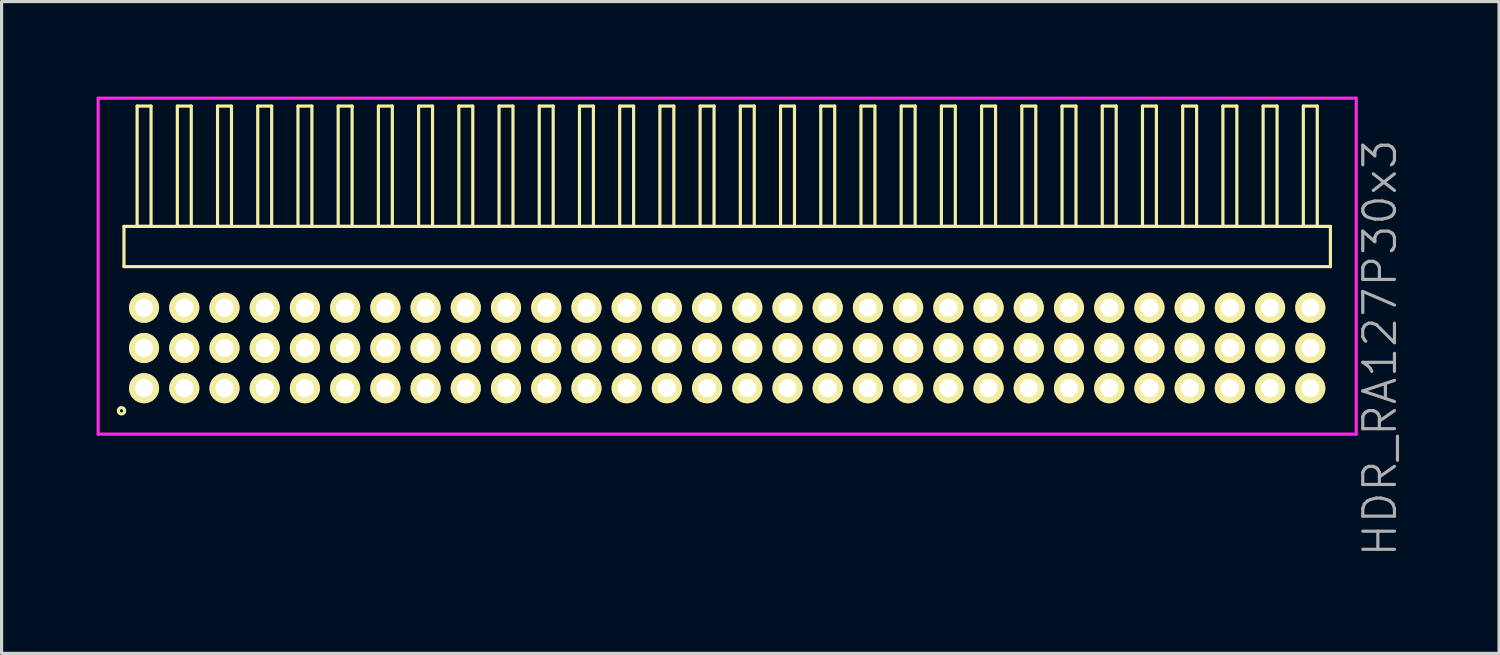
<source format=kicad_pcb>
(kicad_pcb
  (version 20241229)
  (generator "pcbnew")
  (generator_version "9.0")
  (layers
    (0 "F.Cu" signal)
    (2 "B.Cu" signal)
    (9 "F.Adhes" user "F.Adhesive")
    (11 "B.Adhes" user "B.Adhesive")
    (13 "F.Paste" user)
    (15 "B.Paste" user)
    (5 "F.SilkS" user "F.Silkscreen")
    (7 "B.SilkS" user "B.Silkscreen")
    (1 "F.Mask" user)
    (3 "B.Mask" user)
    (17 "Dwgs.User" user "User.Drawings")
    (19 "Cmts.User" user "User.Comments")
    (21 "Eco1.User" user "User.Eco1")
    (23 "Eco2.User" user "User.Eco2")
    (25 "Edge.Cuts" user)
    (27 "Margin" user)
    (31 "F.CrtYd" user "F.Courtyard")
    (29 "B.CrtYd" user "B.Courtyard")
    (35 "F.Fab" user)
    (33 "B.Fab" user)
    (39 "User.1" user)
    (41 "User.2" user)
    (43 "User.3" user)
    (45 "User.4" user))
  (footprint "HDR_RA127P30x3"
    (layer "F.Cu")
    (at 19.915 7.94)
    (property "Reference" "HDR_RA127P30x3" (at 20.615 0 90) (layer "F.Fab") (effects (font (size 1 1) (thickness 0.1))))
    (attr through_hole)
    (fp_line (start -19.05 -3.84) (end -19.05 -2.57) (stroke (width 0.1) (type solid)) (layer "F.SilkS"))
    (fp_line (start -19.05 -2.57) (end 19.05 -2.57) (stroke (width 0.1) (type solid)) (layer "F.SilkS"))
    (fp_line (start -18.635 -7.64) (end -18.635 -3.84) (stroke (width 0.1) (type solid)) (layer "F.SilkS"))
    (fp_line (start -18.635 -3.84) (end -18.195 -3.84) (stroke (width 0.1) (type solid)) (layer "F.SilkS"))
    (fp_line (start -18.195 -7.64) (end -18.635 -7.64) (stroke (width 0.1) (type solid)) (layer "F.SilkS"))
    (fp_line (start -18.195 -3.84) (end -18.195 -7.64) (stroke (width 0.1) (type solid)) (layer "F.SilkS"))
    (fp_line (start -17.365 -7.64) (end -17.365 -3.84) (stroke (width 0.1) (type solid)) (layer "F.SilkS"))
    (fp_line (start -17.365 -3.84) (end -16.925 -3.84) (stroke (width 0.1) (type solid)) (layer "F.SilkS"))
    (fp_line (start -16.925 -7.64) (end -17.365 -7.64) (stroke (width 0.1) (type solid)) (layer "F.SilkS"))
    (fp_line (start -16.925 -3.84) (end -16.925 -7.64) (stroke (width 0.1) (type solid)) (layer "F.SilkS"))
    (fp_line (start -16.095 -7.64) (end -16.095 -3.84) (stroke (width 0.1) (type solid)) (layer "F.SilkS"))
    (fp_line (start -16.095 -3.84) (end -15.655 -3.84) (stroke (width 0.1) (type solid)) (layer "F.SilkS"))
    (fp_line (start -15.655 -7.64) (end -16.095 -7.64) (stroke (width 0.1) (type solid)) (layer "F.SilkS"))
    (fp_line (start -15.655 -3.84) (end -15.655 -7.64) (stroke (width 0.1) (type solid)) (layer "F.SilkS"))
    (fp_line (start -14.825 -7.64) (end -14.825 -3.84) (stroke (width 0.1) (type solid)) (layer "F.SilkS"))
    (fp_line (start -14.825 -3.84) (end -14.385 -3.84) (stroke (width 0.1) (type solid)) (layer "F.SilkS"))
    (fp_line (start -14.385 -7.64) (end -14.825 -7.64) (stroke (width 0.1) (type solid)) (layer "F.SilkS"))
    (fp_line (start -14.385 -3.84) (end -14.385 -7.64) (stroke (width 0.1) (type solid)) (layer "F.SilkS"))
    (fp_line (start -13.555 -7.64) (end -13.555 -3.84) (stroke (width 0.1) (type solid)) (layer "F.SilkS"))
    (fp_line (start -13.555 -3.84) (end -13.115 -3.84) (stroke (width 0.1) (type solid)) (layer "F.SilkS"))
    (fp_line (start -13.115 -7.64) (end -13.555 -7.64) (stroke (width 0.1) (type solid)) (layer "F.SilkS"))
    (fp_line (start -13.115 -3.84) (end -13.115 -7.64) (stroke (width 0.1) (type solid)) (layer "F.SilkS"))
    (fp_line (start -12.285 -7.64) (end -12.285 -3.84) (stroke (width 0.1) (type solid)) (layer "F.SilkS"))
    (fp_line (start -12.285 -3.84) (end -11.845 -3.84) (stroke (width 0.1) (type solid)) (layer "F.SilkS"))
    (fp_line (start -11.845 -7.64) (end -12.285 -7.64) (stroke (width 0.1) (type solid)) (layer "F.SilkS"))
    (fp_line (start -11.845 -3.84) (end -11.845 -7.64) (stroke (width 0.1) (type solid)) (layer "F.SilkS"))
    (fp_line (start -11.015 -7.64) (end -11.015 -3.84) (stroke (width 0.1) (type solid)) (layer "F.SilkS"))
    (fp_line (start -11.015 -3.84) (end -10.575 -3.84) (stroke (width 0.1) (type solid)) (layer "F.SilkS"))
    (fp_line (start -10.575 -7.64) (end -11.015 -7.64) (stroke (width 0.1) (type solid)) (layer "F.SilkS"))
    (fp_line (start -10.575 -3.84) (end -10.575 -7.64) (stroke (width 0.1) (type solid)) (layer "F.SilkS"))
    (fp_line (start -9.745 -7.64) (end -9.745 -3.84) (stroke (width 0.1) (type solid)) (layer "F.SilkS"))
    (fp_line (start -9.745 -3.84) (end -9.305 -3.84) (stroke (width 0.1) (type solid)) (layer "F.SilkS"))
    (fp_line (start -9.305 -7.64) (end -9.745 -7.64) (stroke (width 0.1) (type solid)) (layer "F.SilkS"))
    (fp_line (start -9.305 -3.84) (end -9.305 -7.64) (stroke (width 0.1) (type solid)) (layer "F.SilkS"))
    (fp_line (start -8.475 -7.64) (end -8.475 -3.84) (stroke (width 0.1) (type solid)) (layer "F.SilkS"))
    (fp_line (start -8.475 -3.84) (end -8.035 -3.84) (stroke (width 0.1) (type solid)) (layer "F.SilkS"))
    (fp_line (start -8.035 -7.64) (end -8.475 -7.64) (stroke (width 0.1) (type solid)) (layer "F.SilkS"))
    (fp_line (start -8.035 -3.84) (end -8.035 -7.64) (stroke (width 0.1) (type solid)) (layer "F.SilkS"))
    (fp_line (start -7.205 -7.64) (end -7.205 -3.84) (stroke (width 0.1) (type solid)) (layer "F.SilkS"))
    (fp_line (start -7.205 -3.84) (end -6.765 -3.84) (stroke (width 0.1) (type solid)) (layer "F.SilkS"))
    (fp_line (start -6.765 -7.64) (end -7.205 -7.64) (stroke (width 0.1) (type solid)) (layer "F.SilkS"))
    (fp_line (start -6.765 -3.84) (end -6.765 -7.64) (stroke (width 0.1) (type solid)) (layer "F.SilkS"))
    (fp_line (start -5.935 -7.64) (end -5.935 -3.84) (stroke (width 0.1) (type solid)) (layer "F.SilkS"))
    (fp_line (start -5.935 -3.84) (end -5.495 -3.84) (stroke (width 0.1) (type solid)) (layer "F.SilkS"))
    (fp_line (start -5.495 -7.64) (end -5.935 -7.64) (stroke (width 0.1) (type solid)) (layer "F.SilkS"))
    (fp_line (start -5.495 -3.84) (end -5.495 -7.64) (stroke (width 0.1) (type solid)) (layer "F.SilkS"))
    (fp_line (start -4.665 -7.64) (end -4.665 -3.84) (stroke (width 0.1) (type solid)) (layer "F.SilkS"))
    (fp_line (start -4.665 -3.84) (end -4.225 -3.84) (stroke (width 0.1) (type solid)) (layer "F.SilkS"))
    (fp_line (start -4.225 -7.64) (end -4.665 -7.64) (stroke (width 0.1) (type solid)) (layer "F.SilkS"))
    (fp_line (start -4.225 -3.84) (end -4.225 -7.64) (stroke (width 0.1) (type solid)) (layer "F.SilkS"))
    (fp_line (start -3.395 -7.64) (end -3.395 -3.84) (stroke (width 0.1) (type solid)) (layer "F.SilkS"))
    (fp_line (start -3.395 -3.84) (end -2.955 -3.84) (stroke (width 0.1) (type solid)) (layer "F.SilkS"))
    (fp_line (start -2.955 -7.64) (end -3.395 -7.64) (stroke (width 0.1) (type solid)) (layer "F.SilkS"))
    (fp_line (start -2.955 -3.84) (end -2.955 -7.64) (stroke (width 0.1) (type solid)) (layer "F.SilkS"))
    (fp_line (start -2.125 -7.64) (end -2.125 -3.84) (stroke (width 0.1) (type solid)) (layer "F.SilkS"))
    (fp_line (start -2.125 -3.84) (end -1.685 -3.84) (stroke (width 0.1) (type solid)) (layer "F.SilkS"))
    (fp_line (start -1.685 -7.64) (end -2.125 -7.64) (stroke (width 0.1) (type solid)) (layer "F.SilkS"))
    (fp_line (start -1.685 -3.84) (end -1.685 -7.64) (stroke (width 0.1) (type solid)) (layer "F.SilkS"))
    (fp_line (start -0.855 -7.64) (end -0.855 -3.84) (stroke (width 0.1) (type solid)) (layer "F.SilkS"))
    (fp_line (start -0.855 -3.84) (end -0.415 -3.84) (stroke (width 0.1) (type solid)) (layer "F.SilkS"))
    (fp_line (start -0.415 -7.64) (end -0.855 -7.64) (stroke (width 0.1) (type solid)) (layer "F.SilkS"))
    (fp_line (start -0.415 -3.84) (end -0.415 -7.64) (stroke (width 0.1) (type solid)) (layer "F.SilkS"))
    (fp_line (start 0.415 -7.64) (end 0.415 -3.84) (stroke (width 0.1) (type solid)) (layer "F.SilkS"))
    (fp_line (start 0.415 -3.84) (end 0.855 -3.84) (stroke (width 0.1) (type solid)) (layer "F.SilkS"))
    (fp_line (start 0.855 -7.64) (end 0.415 -7.64) (stroke (width 0.1) (type solid)) (layer "F.SilkS"))
    (fp_line (start 0.855 -3.84) (end 0.855 -7.64) (stroke (width 0.1) (type solid)) (layer "F.SilkS"))
    (fp_line (start 1.685 -7.64) (end 1.685 -3.84) (stroke (width 0.1) (type solid)) (layer "F.SilkS"))
    (fp_line (start 1.685 -3.84) (end 2.125 -3.84) (stroke (width 0.1) (type solid)) (layer "F.SilkS"))
    (fp_line (start 2.125 -7.64) (end 1.685 -7.64) (stroke (width 0.1) (type solid)) (layer "F.SilkS"))
    (fp_line (start 2.125 -3.84) (end 2.125 -7.64) (stroke (width 0.1) (type solid)) (layer "F.SilkS"))
    (fp_line (start 2.955 -7.64) (end 2.955 -3.84) (stroke (width 0.1) (type solid)) (layer "F.SilkS"))
    (fp_line (start 2.955 -3.84) (end 3.395 -3.84) (stroke (width 0.1) (type solid)) (layer "F.SilkS"))
    (fp_line (start 3.395 -7.64) (end 2.955 -7.64) (stroke (width 0.1) (type solid)) (layer "F.SilkS"))
    (fp_line (start 3.395 -3.84) (end 3.395 -7.64) (stroke (width 0.1) (type solid)) (layer "F.SilkS"))
    (fp_line (start 4.225 -7.64) (end 4.225 -3.84) (stroke (width 0.1) (type solid)) (layer "F.SilkS"))
    (fp_line (start 4.225 -3.84) (end 4.665 -3.84) (stroke (width 0.1) (type solid)) (layer "F.SilkS"))
    (fp_line (start 4.665 -7.64) (end 4.225 -7.64) (stroke (width 0.1) (type solid)) (layer "F.SilkS"))
    (fp_line (start 4.665 -3.84) (end 4.665 -7.64) (stroke (width 0.1) (type solid)) (layer "F.SilkS"))
    (fp_line (start 5.495 -7.64) (end 5.495 -3.84) (stroke (width 0.1) (type solid)) (layer "F.SilkS"))
    (fp_line (start 5.495 -3.84) (end 5.935 -3.84) (stroke (width 0.1) (type solid)) (layer "F.SilkS"))
    (fp_line (start 5.935 -7.64) (end 5.495 -7.64) (stroke (width 0.1) (type solid)) (layer "F.SilkS"))
    (fp_line (start 5.935 -3.84) (end 5.935 -7.64) (stroke (width 0.1) (type solid)) (layer "F.SilkS"))
    (fp_line (start 6.765 -7.64) (end 6.765 -3.84) (stroke (width 0.1) (type solid)) (layer "F.SilkS"))
    (fp_line (start 6.765 -3.84) (end 7.205 -3.84) (stroke (width 0.1) (type solid)) (layer "F.SilkS"))
    (fp_line (start 7.205 -7.64) (end 6.765 -7.64) (stroke (width 0.1) (type solid)) (layer "F.SilkS"))
    (fp_line (start 7.205 -3.84) (end 7.205 -7.64) (stroke (width 0.1) (type solid)) (layer "F.SilkS"))
    (fp_line (start 8.035 -7.64) (end 8.035 -3.84) (stroke (width 0.1) (type solid)) (layer "F.SilkS"))
    (fp_line (start 8.035 -3.84) (end 8.475 -3.84) (stroke (width 0.1) (type solid)) (layer "F.SilkS"))
    (fp_line (start 8.475 -7.64) (end 8.035 -7.64) (stroke (width 0.1) (type solid)) (layer "F.SilkS"))
    (fp_line (start 8.475 -3.84) (end 8.475 -7.64) (stroke (width 0.1) (type solid)) (layer "F.SilkS"))
    (fp_line (start 9.305 -7.64) (end 9.305 -3.84) (stroke (width 0.1) (type solid)) (layer "F.SilkS"))
    (fp_line (start 9.305 -3.84) (end 9.745 -3.84) (stroke (width 0.1) (type solid)) (layer "F.SilkS"))
    (fp_line (start 9.745 -7.64) (end 9.305 -7.64) (stroke (width 0.1) (type solid)) (layer "F.SilkS"))
    (fp_line (start 9.745 -3.84) (end 9.745 -7.64) (stroke (width 0.1) (type solid)) (layer "F.SilkS"))
    (fp_line (start 10.575 -7.64) (end 10.575 -3.84) (stroke (width 0.1) (type solid)) (layer "F.SilkS"))
    (fp_line (start 10.575 -3.84) (end 11.015 -3.84) (stroke (width 0.1) (type solid)) (layer "F.SilkS"))
    (fp_line (start 11.015 -7.64) (end 10.575 -7.64) (stroke (width 0.1) (type solid)) (layer "F.SilkS"))
    (fp_line (start 11.015 -3.84) (end 11.015 -7.64) (stroke (width 0.1) (type solid)) (layer "F.SilkS"))
    (fp_line (start 11.845 -7.64) (end 11.845 -3.84) (stroke (width 0.1) (type solid)) (layer "F.SilkS"))
    (fp_line (start 11.845 -3.84) (end 12.285 -3.84) (stroke (width 0.1) (type solid)) (layer "F.SilkS"))
    (fp_line (start 12.285 -7.64) (end 11.845 -7.64) (stroke (width 0.1) (type solid)) (layer "F.SilkS"))
    (fp_line (start 12.285 -3.84) (end 12.285 -7.64) (stroke (width 0.1) (type solid)) (layer "F.SilkS"))
    (fp_line (start 13.115 -7.64) (end 13.115 -3.84) (stroke (width 0.1) (type solid)) (layer "F.SilkS"))
    (fp_line (start 13.115 -3.84) (end 13.555 -3.84) (stroke (width 0.1) (type solid)) (layer "F.SilkS"))
    (fp_line (start 13.555 -7.64) (end 13.115 -7.64) (stroke (width 0.1) (type solid)) (layer "F.SilkS"))
    (fp_line (start 13.555 -3.84) (end 13.555 -7.64) (stroke (width 0.1) (type solid)) (layer "F.SilkS"))
    (fp_line (start 14.385 -7.64) (end 14.385 -3.84) (stroke (width 0.1) (type solid)) (layer "F.SilkS"))
    (fp_line (start 14.385 -3.84) (end 14.825 -3.84) (stroke (width 0.1) (type solid)) (layer "F.SilkS"))
    (fp_line (start 14.825 -7.64) (end 14.385 -7.64) (stroke (width 0.1) (type solid)) (layer "F.SilkS"))
    (fp_line (start 14.825 -3.84) (end 14.825 -7.64) (stroke (width 0.1) (type solid)) (layer "F.SilkS"))
    (fp_line (start 15.655 -7.64) (end 15.655 -3.84) (stroke (width 0.1) (type solid)) (layer "F.SilkS"))
    (fp_line (start 15.655 -3.84) (end 16.095 -3.84) (stroke (width 0.1) (type solid)) (layer "F.SilkS"))
    (fp_line (start 16.095 -7.64) (end 15.655 -7.64) (stroke (width 0.1) (type solid)) (layer "F.SilkS"))
    (fp_line (start 16.095 -3.84) (end 16.095 -7.64) (stroke (width 0.1) (type solid)) (layer "F.SilkS"))
    (fp_line (start 16.925 -7.64) (end 16.925 -3.84) (stroke (width 0.1) (type solid)) (layer "F.SilkS"))
    (fp_line (start 16.925 -3.84) (end 17.365 -3.84) (stroke (width 0.1) (type solid)) (layer "F.SilkS"))
    (fp_line (start 17.365 -7.64) (end 16.925 -7.64) (stroke (width 0.1) (type solid)) (layer "F.SilkS"))
    (fp_line (start 17.365 -3.84) (end 17.365 -7.64) (stroke (width 0.1) (type solid)) (layer "F.SilkS"))
    (fp_line (start 18.195 -7.64) (end 18.195 -3.84) (stroke (width 0.1) (type solid)) (layer "F.SilkS"))
    (fp_line (start 18.195 -3.84) (end 18.635 -3.84) (stroke (width 0.1) (type solid)) (layer "F.SilkS"))
    (fp_line (start 18.635 -7.64) (end 18.195 -7.64) (stroke (width 0.1) (type solid)) (layer "F.SilkS"))
    (fp_line (start 18.635 -3.84) (end 18.635 -7.64) (stroke (width 0.1) (type solid)) (layer "F.SilkS"))
    (fp_line (start 19.05 -3.84) (end -19.05 -3.84) (stroke (width 0.1) (type solid)) (layer "F.SilkS"))
    (fp_line (start 19.05 -2.57) (end 19.05 -3.84) (stroke (width 0.1) (type solid)) (layer "F.SilkS"))
    (fp_circle (center -19.128 1.983) (end -19.028 1.983) (stroke (width 0.1) (type solid)) (fill no) (layer "F.SilkS"))
    (fp_line (start -19.865 -7.89) (end -19.865 2.72) (stroke (width 0.1) (type solid)) (layer "F.CrtYd"))
    (fp_line (start -19.865 2.72) (end 19.865 2.72) (stroke (width 0.1) (type solid)) (layer "F.CrtYd"))
    (fp_line (start 19.865 -7.89) (end -19.865 -7.89) (stroke (width 0.1) (type solid)) (layer "F.CrtYd"))
    (fp_line (start 19.865 2.72) (end 19.865 -7.89) (stroke (width 0.1) (type solid)) (layer "F.CrtYd"))
    (pad "1" thru_hole oval (at -18.415 1.27) (size 0.95 0.95) (drill 0.57) (layers "*.Cu" "*.Mask" "F.SilkS"))
    (pad "2" thru_hole oval (at -18.415 0) (size 0.95 0.95) (drill 0.57) (layers "*.Cu" "*.Mask" "F.SilkS"))
    (pad "3" thru_hole oval (at -18.415 -1.27) (size 0.95 0.95) (drill 0.57) (layers "*.Cu" "*.Mask" "F.SilkS"))
    (pad "4" thru_hole oval (at -17.145 1.27) (size 0.95 0.95) (drill 0.57) (layers "*.Cu" "*.Mask" "F.SilkS"))
    (pad "5" thru_hole oval (at -17.145 0) (size 0.95 0.95) (drill 0.57) (layers "*.Cu" "*.Mask" "F.SilkS"))
    (pad "6" thru_hole oval (at -17.145 -1.27) (size 0.95 0.95) (drill 0.57) (layers "*.Cu" "*.Mask" "F.SilkS"))
    (pad "7" thru_hole oval (at -15.875 1.27) (size 0.95 0.95) (drill 0.57) (layers "*.Cu" "*.Mask" "F.SilkS"))
    (pad "8" thru_hole oval (at -15.875 0) (size 0.95 0.95) (drill 0.57) (layers "*.Cu" "*.Mask" "F.SilkS"))
    (pad "9" thru_hole oval (at -15.875 -1.27) (size 0.95 0.95) (drill 0.57) (layers "*.Cu" "*.Mask" "F.SilkS"))
    (pad "10" thru_hole oval (at -14.605 1.27) (size 0.95 0.95) (drill 0.57) (layers "*.Cu" "*.Mask" "F.SilkS"))
    (pad "11" thru_hole oval (at -14.605 0) (size 0.95 0.95) (drill 0.57) (layers "*.Cu" "*.Mask" "F.SilkS"))
    (pad "12" thru_hole oval (at -14.605 -1.27) (size 0.95 0.95) (drill 0.57) (layers "*.Cu" "*.Mask" "F.SilkS"))
    (pad "13" thru_hole oval (at -13.335 1.27) (size 0.95 0.95) (drill 0.57) (layers "*.Cu" "*.Mask" "F.SilkS"))
    (pad "14" thru_hole oval (at -13.335 0) (size 0.95 0.95) (drill 0.57) (layers "*.Cu" "*.Mask" "F.SilkS"))
    (pad "15" thru_hole oval (at -13.335 -1.27) (size 0.95 0.95) (drill 0.57) (layers "*.Cu" "*.Mask" "F.SilkS"))
    (pad "16" thru_hole oval (at -12.065 1.27) (size 0.95 0.95) (drill 0.57) (layers "*.Cu" "*.Mask" "F.SilkS"))
    (pad "17" thru_hole oval (at -12.065 0) (size 0.95 0.95) (drill 0.57) (layers "*.Cu" "*.Mask" "F.SilkS"))
    (pad "18" thru_hole oval (at -12.065 -1.27) (size 0.95 0.95) (drill 0.57) (layers "*.Cu" "*.Mask" "F.SilkS"))
    (pad "19" thru_hole oval (at -10.795 1.27) (size 0.95 0.95) (drill 0.57) (layers "*.Cu" "*.Mask" "F.SilkS"))
    (pad "20" thru_hole oval (at -10.795 0) (size 0.95 0.95) (drill 0.57) (layers "*.Cu" "*.Mask" "F.SilkS"))
    (pad "21" thru_hole oval (at -10.795 -1.27) (size 0.95 0.95) (drill 0.57) (layers "*.Cu" "*.Mask" "F.SilkS"))
    (pad "22" thru_hole oval (at -9.525 1.27) (size 0.95 0.95) (drill 0.57) (layers "*.Cu" "*.Mask" "F.SilkS"))
    (pad "23" thru_hole oval (at -9.525 0) (size 0.95 0.95) (drill 0.57) (layers "*.Cu" "*.Mask" "F.SilkS"))
    (pad "24" thru_hole oval (at -9.525 -1.27) (size 0.95 0.95) (drill 0.57) (layers "*.Cu" "*.Mask" "F.SilkS"))
    (pad "25" thru_hole oval (at -8.255 1.27) (size 0.95 0.95) (drill 0.57) (layers "*.Cu" "*.Mask" "F.SilkS"))
    (pad "26" thru_hole oval (at -8.255 0) (size 0.95 0.95) (drill 0.57) (layers "*.Cu" "*.Mask" "F.SilkS"))
    (pad "27" thru_hole oval (at -8.255 -1.27) (size 0.95 0.95) (drill 0.57) (layers "*.Cu" "*.Mask" "F.SilkS"))
    (pad "28" thru_hole oval (at -6.985 1.27) (size 0.95 0.95) (drill 0.57) (layers "*.Cu" "*.Mask" "F.SilkS"))
    (pad "29" thru_hole oval (at -6.985 0) (size 0.95 0.95) (drill 0.57) (layers "*.Cu" "*.Mask" "F.SilkS"))
    (pad "30" thru_hole oval (at -6.985 -1.27) (size 0.95 0.95) (drill 0.57) (layers "*.Cu" "*.Mask" "F.SilkS"))
    (pad "31" thru_hole oval (at -5.715 1.27) (size 0.95 0.95) (drill 0.57) (layers "*.Cu" "*.Mask" "F.SilkS"))
    (pad "32" thru_hole oval (at -5.715 0) (size 0.95 0.95) (drill 0.57) (layers "*.Cu" "*.Mask" "F.SilkS"))
    (pad "33" thru_hole oval (at -5.715 -1.27) (size 0.95 0.95) (drill 0.57) (layers "*.Cu" "*.Mask" "F.SilkS"))
    (pad "34" thru_hole oval (at -4.445 1.27) (size 0.95 0.95) (drill 0.57) (layers "*.Cu" "*.Mask" "F.SilkS"))
    (pad "35" thru_hole oval (at -4.445 0) (size 0.95 0.95) (drill 0.57) (layers "*.Cu" "*.Mask" "F.SilkS"))
    (pad "36" thru_hole oval (at -4.445 -1.27) (size 0.95 0.95) (drill 0.57) (layers "*.Cu" "*.Mask" "F.SilkS"))
    (pad "37" thru_hole oval (at -3.175 1.27) (size 0.95 0.95) (drill 0.57) (layers "*.Cu" "*.Mask" "F.SilkS"))
    (pad "38" thru_hole oval (at -3.175 0) (size 0.95 0.95) (drill 0.57) (layers "*.Cu" "*.Mask" "F.SilkS"))
    (pad "39" thru_hole oval (at -3.175 -1.27) (size 0.95 0.95) (drill 0.57) (layers "*.Cu" "*.Mask" "F.SilkS"))
    (pad "40" thru_hole oval (at -1.905 1.27) (size 0.95 0.95) (drill 0.57) (layers "*.Cu" "*.Mask" "F.SilkS"))
    (pad "41" thru_hole oval (at -1.905 0) (size 0.95 0.95) (drill 0.57) (layers "*.Cu" "*.Mask" "F.SilkS"))
    (pad "42" thru_hole oval (at -1.905 -1.27) (size 0.95 0.95) (drill 0.57) (layers "*.Cu" "*.Mask" "F.SilkS"))
    (pad "43" thru_hole oval (at -0.635 1.27) (size 0.95 0.95) (drill 0.57) (layers "*.Cu" "*.Mask" "F.SilkS"))
    (pad "44" thru_hole oval (at -0.635 0) (size 0.95 0.95) (drill 0.57) (layers "*.Cu" "*.Mask" "F.SilkS"))
    (pad "45" thru_hole oval (at -0.635 -1.27) (size 0.95 0.95) (drill 0.57) (layers "*.Cu" "*.Mask" "F.SilkS"))
    (pad "46" thru_hole oval (at 0.635 1.27) (size 0.95 0.95) (drill 0.57) (layers "*.Cu" "*.Mask" "F.SilkS"))
    (pad "47" thru_hole oval (at 0.635 0) (size 0.95 0.95) (drill 0.57) (layers "*.Cu" "*.Mask" "F.SilkS"))
    (pad "48" thru_hole oval (at 0.635 -1.27) (size 0.95 0.95) (drill 0.57) (layers "*.Cu" "*.Mask" "F.SilkS"))
    (pad "49" thru_hole oval (at 1.905 1.27) (size 0.95 0.95) (drill 0.57) (layers "*.Cu" "*.Mask" "F.SilkS"))
    (pad "50" thru_hole oval (at 1.905 0) (size 0.95 0.95) (drill 0.57) (layers "*.Cu" "*.Mask" "F.SilkS"))
    (pad "51" thru_hole oval (at 1.905 -1.27) (size 0.95 0.95) (drill 0.57) (layers "*.Cu" "*.Mask" "F.SilkS"))
    (pad "52" thru_hole oval (at 3.175 1.27) (size 0.95 0.95) (drill 0.57) (layers "*.Cu" "*.Mask" "F.SilkS"))
    (pad "53" thru_hole oval (at 3.175 0) (size 0.95 0.95) (drill 0.57) (layers "*.Cu" "*.Mask" "F.SilkS"))
    (pad "54" thru_hole oval (at 3.175 -1.27) (size 0.95 0.95) (drill 0.57) (layers "*.Cu" "*.Mask" "F.SilkS"))
    (pad "55" thru_hole oval (at 4.445 1.27) (size 0.95 0.95) (drill 0.57) (layers "*.Cu" "*.Mask" "F.SilkS"))
    (pad "56" thru_hole oval (at 4.445 0) (size 0.95 0.95) (drill 0.57) (layers "*.Cu" "*.Mask" "F.SilkS"))
    (pad "57" thru_hole oval (at 4.445 -1.27) (size 0.95 0.95) (drill 0.57) (layers "*.Cu" "*.Mask" "F.SilkS"))
    (pad "58" thru_hole oval (at 5.715 1.27) (size 0.95 0.95) (drill 0.57) (layers "*.Cu" "*.Mask" "F.SilkS"))
    (pad "59" thru_hole oval (at 5.715 0) (size 0.95 0.95) (drill 0.57) (layers "*.Cu" "*.Mask" "F.SilkS"))
    (pad "60" thru_hole oval (at 5.715 -1.27) (size 0.95 0.95) (drill 0.57) (layers "*.Cu" "*.Mask" "F.SilkS"))
    (pad "61" thru_hole oval (at 6.985 1.27) (size 0.95 0.95) (drill 0.57) (layers "*.Cu" "*.Mask" "F.SilkS"))
    (pad "62" thru_hole oval (at 6.985 0) (size 0.95 0.95) (drill 0.57) (layers "*.Cu" "*.Mask" "F.SilkS"))
    (pad "63" thru_hole oval (at 6.985 -1.27) (size 0.95 0.95) (drill 0.57) (layers "*.Cu" "*.Mask" "F.SilkS"))
    (pad "64" thru_hole oval (at 8.255 1.27) (size 0.95 0.95) (drill 0.57) (layers "*.Cu" "*.Mask" "F.SilkS"))
    (pad "65" thru_hole oval (at 8.255 0) (size 0.95 0.95) (drill 0.57) (layers "*.Cu" "*.Mask" "F.SilkS"))
    (pad "66" thru_hole oval (at 8.255 -1.27) (size 0.95 0.95) (drill 0.57) (layers "*.Cu" "*.Mask" "F.SilkS"))
    (pad "67" thru_hole oval (at 9.525 1.27) (size 0.95 0.95) (drill 0.57) (layers "*.Cu" "*.Mask" "F.SilkS"))
    (pad "68" thru_hole oval (at 9.525 0) (size 0.95 0.95) (drill 0.57) (layers "*.Cu" "*.Mask" "F.SilkS"))
    (pad "69" thru_hole oval (at 9.525 -1.27) (size 0.95 0.95) (drill 0.57) (layers "*.Cu" "*.Mask" "F.SilkS"))
    (pad "70" thru_hole oval (at 10.795 1.27) (size 0.95 0.95) (drill 0.57) (layers "*.Cu" "*.Mask" "F.SilkS"))
    (pad "71" thru_hole oval (at 10.795 0) (size 0.95 0.95) (drill 0.57) (layers "*.Cu" "*.Mask" "F.SilkS"))
    (pad "72" thru_hole oval (at 10.795 -1.27) (size 0.95 0.95) (drill 0.57) (layers "*.Cu" "*.Mask" "F.SilkS"))
    (pad "73" thru_hole oval (at 12.065 1.27) (size 0.95 0.95) (drill 0.57) (layers "*.Cu" "*.Mask" "F.SilkS"))
    (pad "74" thru_hole oval (at 12.065 0) (size 0.95 0.95) (drill 0.57) (layers "*.Cu" "*.Mask" "F.SilkS"))
    (pad "75" thru_hole oval (at 12.065 -1.27) (size 0.95 0.95) (drill 0.57) (layers "*.Cu" "*.Mask" "F.SilkS"))
    (pad "76" thru_hole oval (at 13.335 1.27) (size 0.95 0.95) (drill 0.57) (layers "*.Cu" "*.Mask" "F.SilkS"))
    (pad "77" thru_hole oval (at 13.335 0) (size 0.95 0.95) (drill 0.57) (layers "*.Cu" "*.Mask" "F.SilkS"))
    (pad "78" thru_hole oval (at 13.335 -1.27) (size 0.95 0.95) (drill 0.57) (layers "*.Cu" "*.Mask" "F.SilkS"))
    (pad "79" thru_hole oval (at 14.605 1.27) (size 0.95 0.95) (drill 0.57) (layers "*.Cu" "*.Mask" "F.SilkS"))
    (pad "80" thru_hole oval (at 14.605 0) (size 0.95 0.95) (drill 0.57) (layers "*.Cu" "*.Mask" "F.SilkS"))
    (pad "81" thru_hole oval (at 14.605 -1.27) (size 0.95 0.95) (drill 0.57) (layers "*.Cu" "*.Mask" "F.SilkS"))
    (pad "82" thru_hole oval (at 15.875 1.27) (size 0.95 0.95) (drill 0.57) (layers "*.Cu" "*.Mask" "F.SilkS"))
    (pad "83" thru_hole oval (at 15.875 0) (size 0.95 0.95) (drill 0.57) (layers "*.Cu" "*.Mask" "F.SilkS"))
    (pad "84" thru_hole oval (at 15.875 -1.27) (size 0.95 0.95) (drill 0.57) (layers "*.Cu" "*.Mask" "F.SilkS"))
    (pad "85" thru_hole oval (at 17.145 1.27) (size 0.95 0.95) (drill 0.57) (layers "*.Cu" "*.Mask" "F.SilkS"))
    (pad "86" thru_hole oval (at 17.145 0) (size 0.95 0.95) (drill 0.57) (layers "*.Cu" "*.Mask" "F.SilkS"))
    (pad "87" thru_hole oval (at 17.145 -1.27) (size 0.95 0.95) (drill 0.57) (layers "*.Cu" "*.Mask" "F.SilkS"))
    (pad "88" thru_hole oval (at 18.415 1.27) (size 0.95 0.95) (drill 0.57) (layers "*.Cu" "*.Mask" "F.SilkS"))
    (pad "89" thru_hole oval (at 18.415 0) (size 0.95 0.95) (drill 0.57) (layers "*.Cu" "*.Mask" "F.SilkS"))
    (pad "90" thru_hole oval (at 18.415 -1.27) (size 0.95 0.95) (drill 0.57) (layers "*.Cu" "*.Mask" "F.SilkS")))
  (gr_rect
    (start -3 -3)
    (end 44.291 17.585)
    (stroke (width 0.1) (type default))
    (fill no)
    (layer "Edge.Cuts")))
</source>
